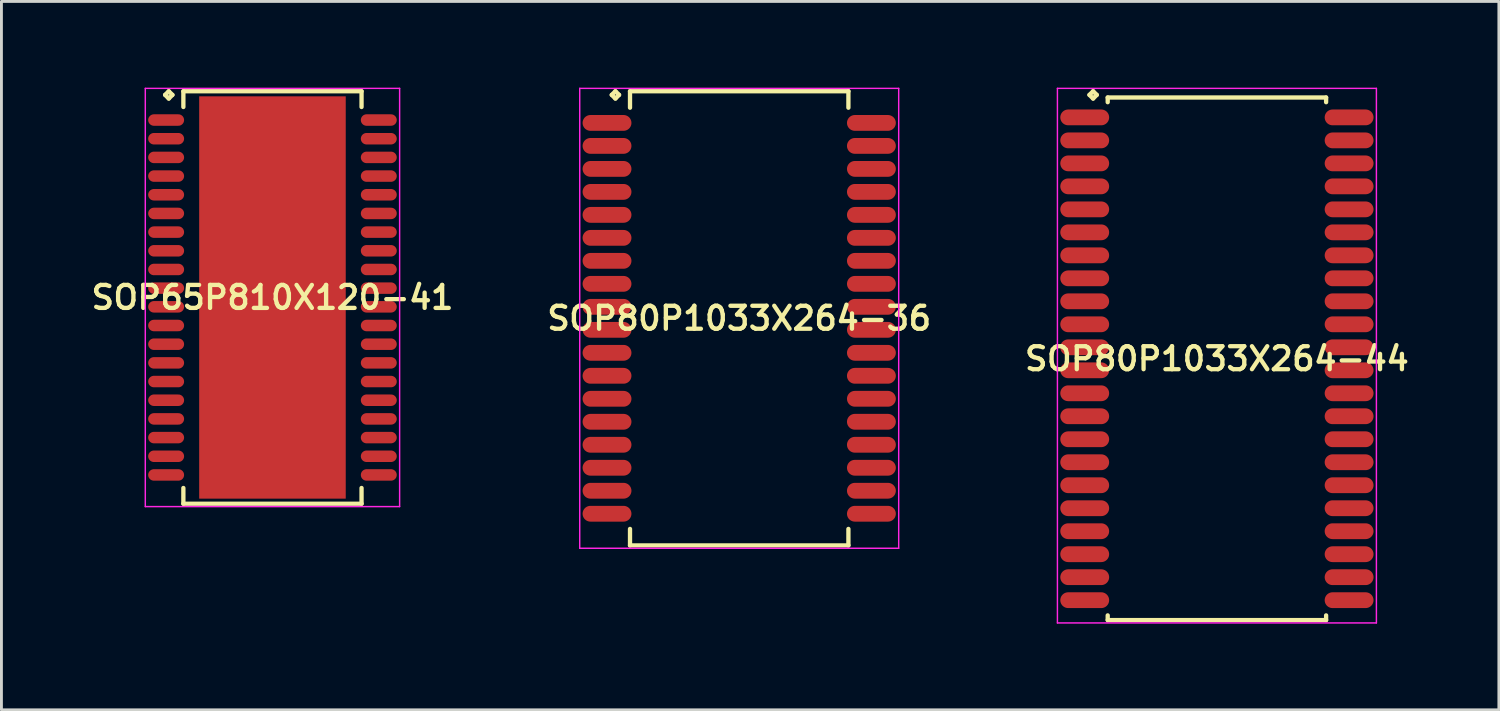
<source format=kicad_pcb>
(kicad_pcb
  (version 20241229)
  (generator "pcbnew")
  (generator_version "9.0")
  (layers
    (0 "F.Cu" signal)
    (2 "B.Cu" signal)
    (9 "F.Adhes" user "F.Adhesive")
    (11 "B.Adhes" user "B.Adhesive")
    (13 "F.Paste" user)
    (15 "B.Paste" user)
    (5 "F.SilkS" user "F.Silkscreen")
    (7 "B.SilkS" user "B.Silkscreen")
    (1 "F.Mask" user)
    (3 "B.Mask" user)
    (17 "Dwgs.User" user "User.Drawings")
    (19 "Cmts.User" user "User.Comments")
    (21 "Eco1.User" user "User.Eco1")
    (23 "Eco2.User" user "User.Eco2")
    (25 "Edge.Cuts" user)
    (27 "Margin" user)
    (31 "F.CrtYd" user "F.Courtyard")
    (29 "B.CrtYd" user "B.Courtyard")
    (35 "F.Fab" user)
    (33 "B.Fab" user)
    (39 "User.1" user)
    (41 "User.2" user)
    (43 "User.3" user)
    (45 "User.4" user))
  (footprint "SOP65P810X120-41"
    (layer "F.Cu")
    (at 6.431 7.302)
    (property "Reference" "SOP65P810X120-41" (at 0 0 0) (layer "F.SilkS") (effects (font (size 0.8 0.8) (thickness 0.15))))
    (attr smd)
    (fp_line (start -3.735 -7.05) (end -3.608 -7.177) (stroke (width 0.15) (type solid)) (layer "F.SilkS"))
    (fp_line (start -3.608 -7.177) (end -3.481 -7.05) (stroke (width 0.15) (type solid)) (layer "F.SilkS"))
    (fp_line (start -3.608 -6.923) (end -3.735 -7.05) (stroke (width 0.15) (type solid)) (layer "F.SilkS"))
    (fp_line (start -3.481 -7.05) (end -3.608 -6.923) (stroke (width 0.15) (type solid)) (layer "F.SilkS"))
    (fp_line (start -3.1 -7.177) (end 3.1 -7.177) (stroke (width 0.15) (type solid)) (layer "F.SilkS"))
    (fp_line (start -3.1 -6.629) (end -3.1 -7.177) (stroke (width 0.15) (type solid)) (layer "F.SilkS"))
    (fp_line (start -3.1 6.629) (end -3.1 7.177) (stroke (width 0.15) (type solid)) (layer "F.SilkS"))
    (fp_line (start -3.1 7.177) (end 3.1 7.177) (stroke (width 0.15) (type solid)) (layer "F.SilkS"))
    (fp_line (start 3.1 -7.177) (end 3.1 -6.629) (stroke (width 0.15) (type solid)) (layer "F.SilkS"))
    (fp_line (start 3.1 7.177) (end 3.1 6.629) (stroke (width 0.15) (type solid)) (layer "F.SilkS"))
    (fp_line (start -4.425 -7.277) (end 4.425 -7.277) (stroke (width 0.05) (type solid)) (layer "F.CrtYd"))
    (fp_line (start -4.425 7.277) (end -4.425 -7.277) (stroke (width 0.05) (type solid)) (layer "F.CrtYd"))
    (fp_line (start 4.425 -7.277) (end 4.425 7.277) (stroke (width 0.05) (type solid)) (layer "F.CrtYd"))
    (fp_line (start 4.425 7.277) (end -4.425 7.277) (stroke (width 0.05) (type solid)) (layer "F.CrtYd"))
    (pad "1" smd oval (at -3.7 -6.175) (size 1.25 0.4) (layers "F.Cu" "F.Mask" "F.Paste"))
    (pad "2" smd oval (at -3.7 -5.525) (size 1.25 0.4) (layers "F.Cu" "F.Mask" "F.Paste"))
    (pad "3" smd oval (at -3.7 -4.875) (size 1.25 0.4) (layers "F.Cu" "F.Mask" "F.Paste"))
    (pad "4" smd oval (at -3.7 -4.225) (size 1.25 0.4) (layers "F.Cu" "F.Mask" "F.Paste"))
    (pad "5" smd oval (at -3.7 -3.575) (size 1.25 0.4) (layers "F.Cu" "F.Mask" "F.Paste"))
    (pad "6" smd oval (at -3.7 -2.925) (size 1.25 0.4) (layers "F.Cu" "F.Mask" "F.Paste"))
    (pad "7" smd oval (at -3.7 -2.275) (size 1.25 0.4) (layers "F.Cu" "F.Mask" "F.Paste"))
    (pad "8" smd oval (at -3.7 -1.625) (size 1.25 0.4) (layers "F.Cu" "F.Mask" "F.Paste"))
    (pad "9" smd oval (at -3.7 -0.975) (size 1.25 0.4) (layers "F.Cu" "F.Mask" "F.Paste"))
    (pad "10" smd oval (at -3.7 -0.325) (size 1.25 0.4) (layers "F.Cu" "F.Mask" "F.Paste"))
    (pad "11" smd oval (at -3.7 0.325) (size 1.25 0.4) (layers "F.Cu" "F.Mask" "F.Paste"))
    (pad "12" smd oval (at -3.7 0.975) (size 1.25 0.4) (layers "F.Cu" "F.Mask" "F.Paste"))
    (pad "13" smd oval (at -3.7 1.625) (size 1.25 0.4) (layers "F.Cu" "F.Mask" "F.Paste"))
    (pad "14" smd oval (at -3.7 2.275) (size 1.25 0.4) (layers "F.Cu" "F.Mask" "F.Paste"))
    (pad "15" smd oval (at -3.7 2.925) (size 1.25 0.4) (layers "F.Cu" "F.Mask" "F.Paste"))
    (pad "16" smd oval (at -3.7 3.575) (size 1.25 0.4) (layers "F.Cu" "F.Mask" "F.Paste"))
    (pad "17" smd oval (at -3.7 4.225) (size 1.25 0.4) (layers "F.Cu" "F.Mask" "F.Paste"))
    (pad "18" smd oval (at -3.7 4.875) (size 1.25 0.4) (layers "F.Cu" "F.Mask" "F.Paste"))
    (pad "19" smd oval (at -3.7 5.525) (size 1.25 0.4) (layers "F.Cu" "F.Mask" "F.Paste"))
    (pad "20" smd oval (at -3.7 6.175) (size 1.25 0.4) (layers "F.Cu" "F.Mask" "F.Paste"))
    (pad "21" smd oval (at 3.7 6.175) (size 1.25 0.4) (layers "F.Cu" "F.Mask" "F.Paste"))
    (pad "22" smd oval (at 3.7 5.525) (size 1.25 0.4) (layers "F.Cu" "F.Mask" "F.Paste"))
    (pad "23" smd oval (at 3.7 4.875) (size 1.25 0.4) (layers "F.Cu" "F.Mask" "F.Paste"))
    (pad "24" smd oval (at 3.7 4.225) (size 1.25 0.4) (layers "F.Cu" "F.Mask" "F.Paste"))
    (pad "25" smd oval (at 3.7 3.575) (size 1.25 0.4) (layers "F.Cu" "F.Mask" "F.Paste"))
    (pad "26" smd oval (at 3.7 2.925) (size 1.25 0.4) (layers "F.Cu" "F.Mask" "F.Paste"))
    (pad "27" smd oval (at 3.7 2.275) (size 1.25 0.4) (layers "F.Cu" "F.Mask" "F.Paste"))
    (pad "28" smd oval (at 3.7 1.625) (size 1.25 0.4) (layers "F.Cu" "F.Mask" "F.Paste"))
    (pad "29" smd oval (at 3.7 0.975) (size 1.25 0.4) (layers "F.Cu" "F.Mask" "F.Paste"))
    (pad "30" smd oval (at 3.7 0.325) (size 1.25 0.4) (layers "F.Cu" "F.Mask" "F.Paste"))
    (pad "31" smd oval (at 3.7 -0.325) (size 1.25 0.4) (layers "F.Cu" "F.Mask" "F.Paste"))
    (pad "32" smd oval (at 3.7 -0.975) (size 1.25 0.4) (layers "F.Cu" "F.Mask" "F.Paste"))
    (pad "33" smd oval (at 3.7 -1.625) (size 1.25 0.4) (layers "F.Cu" "F.Mask" "F.Paste"))
    (pad "34" smd oval (at 3.7 -2.275) (size 1.25 0.4) (layers "F.Cu" "F.Mask" "F.Paste"))
    (pad "35" smd oval (at 3.7 -2.925) (size 1.25 0.4) (layers "F.Cu" "F.Mask" "F.Paste"))
    (pad "36" smd oval (at 3.7 -3.575) (size 1.25 0.4) (layers "F.Cu" "F.Mask" "F.Paste"))
    (pad "37" smd oval (at 3.7 -4.225) (size 1.25 0.4) (layers "F.Cu" "F.Mask" "F.Paste"))
    (pad "38" smd oval (at 3.7 -4.875) (size 1.25 0.4) (layers "F.Cu" "F.Mask" "F.Paste"))
    (pad "39" smd oval (at 3.7 -5.525) (size 1.25 0.4) (layers "F.Cu" "F.Mask" "F.Paste"))
    (pad "40" smd oval (at 3.7 -6.175) (size 1.25 0.4) (layers "F.Cu" "F.Mask" "F.Paste"))
    (pad "41" smd rect (at 0 0) (size 5.1 14) (layers "F.Cu" "F.Mask" "F.Paste")))
  (footprint "SOP80P1033X264-36"
    (layer "F.Cu")
    (at 22.673 8.027)
    (property "Reference" "SOP80P1033X264-36" (at 0 0 0) (layer "F.SilkS") (effects (font (size 0.8 0.8) (thickness 0.15))))
    (attr smd)
    (fp_line (start -4.435 -7.775) (end -4.308 -7.902) (stroke (width 0.15) (type solid)) (layer "F.SilkS"))
    (fp_line (start -4.308 -7.902) (end -4.181 -7.775) (stroke (width 0.15) (type solid)) (layer "F.SilkS"))
    (fp_line (start -4.308 -7.648) (end -4.435 -7.775) (stroke (width 0.15) (type solid)) (layer "F.SilkS"))
    (fp_line (start -4.181 -7.775) (end -4.308 -7.648) (stroke (width 0.15) (type solid)) (layer "F.SilkS"))
    (fp_line (start -3.8 -7.902) (end 3.8 -7.902) (stroke (width 0.15) (type solid)) (layer "F.SilkS"))
    (fp_line (start -3.8 -7.329) (end -3.8 -7.902) (stroke (width 0.15) (type solid)) (layer "F.SilkS"))
    (fp_line (start -3.8 7.329) (end -3.8 7.902) (stroke (width 0.15) (type solid)) (layer "F.SilkS"))
    (fp_line (start -3.8 7.902) (end 3.8 7.902) (stroke (width 0.15) (type solid)) (layer "F.SilkS"))
    (fp_line (start 3.8 -7.902) (end 3.8 -7.329) (stroke (width 0.15) (type solid)) (layer "F.SilkS"))
    (fp_line (start 3.8 7.902) (end 3.8 7.329) (stroke (width 0.15) (type solid)) (layer "F.SilkS"))
    (fp_line (start -5.55 -8.002) (end 5.55 -8.002) (stroke (width 0.05) (type solid)) (layer "F.CrtYd"))
    (fp_line (start -5.55 8.002) (end -5.55 -8.002) (stroke (width 0.05) (type solid)) (layer "F.CrtYd"))
    (fp_line (start 5.55 -8.002) (end 5.55 8.002) (stroke (width 0.05) (type solid)) (layer "F.CrtYd"))
    (fp_line (start 5.55 8.002) (end -5.55 8.002) (stroke (width 0.05) (type solid)) (layer "F.CrtYd"))
    (pad "1" smd oval (at -4.6 -6.8) (size 1.7 0.55) (layers "F.Cu" "F.Mask" "F.Paste"))
    (pad "2" smd oval (at -4.6 -6) (size 1.7 0.55) (layers "F.Cu" "F.Mask" "F.Paste"))
    (pad "3" smd oval (at -4.6 -5.2) (size 1.7 0.55) (layers "F.Cu" "F.Mask" "F.Paste"))
    (pad "4" smd oval (at -4.6 -4.4) (size 1.7 0.55) (layers "F.Cu" "F.Mask" "F.Paste"))
    (pad "5" smd oval (at -4.6 -3.6) (size 1.7 0.55) (layers "F.Cu" "F.Mask" "F.Paste"))
    (pad "6" smd oval (at -4.6 -2.8) (size 1.7 0.55) (layers "F.Cu" "F.Mask" "F.Paste"))
    (pad "7" smd oval (at -4.6 -2) (size 1.7 0.55) (layers "F.Cu" "F.Mask" "F.Paste"))
    (pad "8" smd oval (at -4.6 -1.2) (size 1.7 0.55) (layers "F.Cu" "F.Mask" "F.Paste"))
    (pad "9" smd oval (at -4.6 -0.4) (size 1.7 0.55) (layers "F.Cu" "F.Mask" "F.Paste"))
    (pad "10" smd oval (at -4.6 0.4) (size 1.7 0.55) (layers "F.Cu" "F.Mask" "F.Paste"))
    (pad "11" smd oval (at -4.6 1.2) (size 1.7 0.55) (layers "F.Cu" "F.Mask" "F.Paste"))
    (pad "12" smd oval (at -4.6 2) (size 1.7 0.55) (layers "F.Cu" "F.Mask" "F.Paste"))
    (pad "13" smd oval (at -4.6 2.8) (size 1.7 0.55) (layers "F.Cu" "F.Mask" "F.Paste"))
    (pad "14" smd oval (at -4.6 3.6) (size 1.7 0.55) (layers "F.Cu" "F.Mask" "F.Paste"))
    (pad "15" smd oval (at -4.6 4.4) (size 1.7 0.55) (layers "F.Cu" "F.Mask" "F.Paste"))
    (pad "16" smd oval (at -4.6 5.2) (size 1.7 0.55) (layers "F.Cu" "F.Mask" "F.Paste"))
    (pad "17" smd oval (at -4.6 6) (size 1.7 0.55) (layers "F.Cu" "F.Mask" "F.Paste"))
    (pad "18" smd oval (at -4.6 6.8) (size 1.7 0.55) (layers "F.Cu" "F.Mask" "F.Paste"))
    (pad "19" smd oval (at 4.6 6.8) (size 1.7 0.55) (layers "F.Cu" "F.Mask" "F.Paste"))
    (pad "20" smd oval (at 4.6 6) (size 1.7 0.55) (layers "F.Cu" "F.Mask" "F.Paste"))
    (pad "21" smd oval (at 4.6 5.2) (size 1.7 0.55) (layers "F.Cu" "F.Mask" "F.Paste"))
    (pad "22" smd oval (at 4.6 4.4) (size 1.7 0.55) (layers "F.Cu" "F.Mask" "F.Paste"))
    (pad "23" smd oval (at 4.6 3.6) (size 1.7 0.55) (layers "F.Cu" "F.Mask" "F.Paste"))
    (pad "24" smd oval (at 4.6 2.8) (size 1.7 0.55) (layers "F.Cu" "F.Mask" "F.Paste"))
    (pad "25" smd oval (at 4.6 2) (size 1.7 0.55) (layers "F.Cu" "F.Mask" "F.Paste"))
    (pad "26" smd oval (at 4.6 1.2) (size 1.7 0.55) (layers "F.Cu" "F.Mask" "F.Paste"))
    (pad "27" smd oval (at 4.6 0.4) (size 1.7 0.55) (layers "F.Cu" "F.Mask" "F.Paste"))
    (pad "28" smd oval (at 4.6 -0.4) (size 1.7 0.55) (layers "F.Cu" "F.Mask" "F.Paste"))
    (pad "29" smd oval (at 4.6 -1.2) (size 1.7 0.55) (layers "F.Cu" "F.Mask" "F.Paste"))
    (pad "30" smd oval (at 4.6 -2) (size 1.7 0.55) (layers "F.Cu" "F.Mask" "F.Paste"))
    (pad "31" smd oval (at 4.6 -2.8) (size 1.7 0.55) (layers "F.Cu" "F.Mask" "F.Paste"))
    (pad "32" smd oval (at 4.6 -3.6) (size 1.7 0.55) (layers "F.Cu" "F.Mask" "F.Paste"))
    (pad "33" smd oval (at 4.6 -4.4) (size 1.7 0.55) (layers "F.Cu" "F.Mask" "F.Paste"))
    (pad "34" smd oval (at 4.6 -5.2) (size 1.7 0.55) (layers "F.Cu" "F.Mask" "F.Paste"))
    (pad "35" smd oval (at 4.6 -6) (size 1.7 0.55) (layers "F.Cu" "F.Mask" "F.Paste"))
    (pad "36" smd oval (at 4.6 -6.8) (size 1.7 0.55) (layers "F.Cu" "F.Mask" "F.Paste")))
  (footprint "SOP80P1033X264-44"
    (layer "F.Cu")
    (at 39.296 9.435)
    (property "Reference" "SOP80P1033X264-44" (at 0 0 0) (layer "F.SilkS") (effects (font (size 0.8 0.8) (thickness 0.15))))
    (attr smd)
    (fp_line (start -4.435 -9.183) (end -4.308 -9.31) (stroke (width 0.15) (type solid)) (layer "F.SilkS"))
    (fp_line (start -4.308 -9.31) (end -4.181 -9.183) (stroke (width 0.15) (type solid)) (layer "F.SilkS"))
    (fp_line (start -4.308 -9.056) (end -4.435 -9.183) (stroke (width 0.15) (type solid)) (layer "F.SilkS"))
    (fp_line (start -4.181 -9.183) (end -4.308 -9.056) (stroke (width 0.15) (type solid)) (layer "F.SilkS"))
    (fp_line (start -3.8 -9.092) (end 3.8 -9.092) (stroke (width 0.15) (type solid)) (layer "F.SilkS"))
    (fp_line (start -3.8 -8.929) (end -3.8 -9.092) (stroke (width 0.15) (type solid)) (layer "F.SilkS"))
    (fp_line (start -3.8 8.929) (end -3.8 9.092) (stroke (width 0.15) (type solid)) (layer "F.SilkS"))
    (fp_line (start -3.8 9.092) (end 3.8 9.092) (stroke (width 0.15) (type solid)) (layer "F.SilkS"))
    (fp_line (start 3.8 -9.092) (end 3.8 -8.929) (stroke (width 0.15) (type solid)) (layer "F.SilkS"))
    (fp_line (start 3.8 9.092) (end 3.8 8.929) (stroke (width 0.15) (type solid)) (layer "F.SilkS"))
    (fp_line (start -5.55 -9.41) (end 5.55 -9.41) (stroke (width 0.05) (type solid)) (layer "F.CrtYd"))
    (fp_line (start -5.55 9.192) (end -5.55 -9.41) (stroke (width 0.05) (type solid)) (layer "F.CrtYd"))
    (fp_line (start 5.55 -9.41) (end 5.55 9.192) (stroke (width 0.05) (type solid)) (layer "F.CrtYd"))
    (fp_line (start 5.55 9.192) (end -5.55 9.192) (stroke (width 0.05) (type solid)) (layer "F.CrtYd"))
    (pad "1" smd oval (at -4.6 -8.4) (size 1.7 0.55) (layers "F.Cu" "F.Mask" "F.Paste"))
    (pad "2" smd oval (at -4.6 -7.6) (size 1.7 0.55) (layers "F.Cu" "F.Mask" "F.Paste"))
    (pad "3" smd oval (at -4.6 -6.8) (size 1.7 0.55) (layers "F.Cu" "F.Mask" "F.Paste"))
    (pad "4" smd oval (at -4.6 -6) (size 1.7 0.55) (layers "F.Cu" "F.Mask" "F.Paste"))
    (pad "5" smd oval (at -4.6 -5.2) (size 1.7 0.55) (layers "F.Cu" "F.Mask" "F.Paste"))
    (pad "6" smd oval (at -4.6 -4.4) (size 1.7 0.55) (layers "F.Cu" "F.Mask" "F.Paste"))
    (pad "7" smd oval (at -4.6 -3.6) (size 1.7 0.55) (layers "F.Cu" "F.Mask" "F.Paste"))
    (pad "8" smd oval (at -4.6 -2.8) (size 1.7 0.55) (layers "F.Cu" "F.Mask" "F.Paste"))
    (pad "9" smd oval (at -4.6 -2) (size 1.7 0.55) (layers "F.Cu" "F.Mask" "F.Paste"))
    (pad "10" smd oval (at -4.6 -1.2) (size 1.7 0.55) (layers "F.Cu" "F.Mask" "F.Paste"))
    (pad "11" smd oval (at -4.6 -0.4) (size 1.7 0.55) (layers "F.Cu" "F.Mask" "F.Paste"))
    (pad "12" smd oval (at -4.6 0.4) (size 1.7 0.55) (layers "F.Cu" "F.Mask" "F.Paste"))
    (pad "13" smd oval (at -4.6 1.2) (size 1.7 0.55) (layers "F.Cu" "F.Mask" "F.Paste"))
    (pad "14" smd oval (at -4.6 2) (size 1.7 0.55) (layers "F.Cu" "F.Mask" "F.Paste"))
    (pad "15" smd oval (at -4.6 2.8) (size 1.7 0.55) (layers "F.Cu" "F.Mask" "F.Paste"))
    (pad "16" smd oval (at -4.6 3.6) (size 1.7 0.55) (layers "F.Cu" "F.Mask" "F.Paste"))
    (pad "17" smd oval (at -4.6 4.4) (size 1.7 0.55) (layers "F.Cu" "F.Mask" "F.Paste"))
    (pad "18" smd oval (at -4.6 5.2) (size 1.7 0.55) (layers "F.Cu" "F.Mask" "F.Paste"))
    (pad "19" smd oval (at -4.6 6) (size 1.7 0.55) (layers "F.Cu" "F.Mask" "F.Paste"))
    (pad "20" smd oval (at -4.6 6.8) (size 1.7 0.55) (layers "F.Cu" "F.Mask" "F.Paste"))
    (pad "21" smd oval (at -4.6 7.6) (size 1.7 0.55) (layers "F.Cu" "F.Mask" "F.Paste"))
    (pad "22" smd oval (at -4.6 8.4) (size 1.7 0.55) (layers "F.Cu" "F.Mask" "F.Paste"))
    (pad "23" smd oval (at 4.6 8.4) (size 1.7 0.55) (layers "F.Cu" "F.Mask" "F.Paste"))
    (pad "24" smd oval (at 4.6 7.6) (size 1.7 0.55) (layers "F.Cu" "F.Mask" "F.Paste"))
    (pad "25" smd oval (at 4.6 6.8) (size 1.7 0.55) (layers "F.Cu" "F.Mask" "F.Paste"))
    (pad "26" smd oval (at 4.6 6) (size 1.7 0.55) (layers "F.Cu" "F.Mask" "F.Paste"))
    (pad "27" smd oval (at 4.6 5.2) (size 1.7 0.55) (layers "F.Cu" "F.Mask" "F.Paste"))
    (pad "28" smd oval (at 4.6 4.4) (size 1.7 0.55) (layers "F.Cu" "F.Mask" "F.Paste"))
    (pad "29" smd oval (at 4.6 3.6) (size 1.7 0.55) (layers "F.Cu" "F.Mask" "F.Paste"))
    (pad "30" smd oval (at 4.6 2.8) (size 1.7 0.55) (layers "F.Cu" "F.Mask" "F.Paste"))
    (pad "31" smd oval (at 4.6 2) (size 1.7 0.55) (layers "F.Cu" "F.Mask" "F.Paste"))
    (pad "32" smd oval (at 4.6 1.2) (size 1.7 0.55) (layers "F.Cu" "F.Mask" "F.Paste"))
    (pad "33" smd oval (at 4.6 0.4) (size 1.7 0.55) (layers "F.Cu" "F.Mask" "F.Paste"))
    (pad "34" smd oval (at 4.6 -0.4) (size 1.7 0.55) (layers "F.Cu" "F.Mask" "F.Paste"))
    (pad "35" smd oval (at 4.6 -1.2) (size 1.7 0.55) (layers "F.Cu" "F.Mask" "F.Paste"))
    (pad "36" smd oval (at 4.6 -2) (size 1.7 0.55) (layers "F.Cu" "F.Mask" "F.Paste"))
    (pad "37" smd oval (at 4.6 -2.8) (size 1.7 0.55) (layers "F.Cu" "F.Mask" "F.Paste"))
    (pad "38" smd oval (at 4.6 -3.6) (size 1.7 0.55) (layers "F.Cu" "F.Mask" "F.Paste"))
    (pad "39" smd oval (at 4.6 -4.4) (size 1.7 0.55) (layers "F.Cu" "F.Mask" "F.Paste"))
    (pad "40" smd oval (at 4.6 -5.2) (size 1.7 0.55) (layers "F.Cu" "F.Mask" "F.Paste"))
    (pad "41" smd oval (at 4.6 -6) (size 1.7 0.55) (layers "F.Cu" "F.Mask" "F.Paste"))
    (pad "42" smd oval (at 4.6 -6.8) (size 1.7 0.55) (layers "F.Cu" "F.Mask" "F.Paste"))
    (pad "43" smd oval (at 4.6 -7.6) (size 1.7 0.55) (layers "F.Cu" "F.Mask" "F.Paste"))
    (pad "44" smd oval (at 4.6 -8.4) (size 1.7 0.55) (layers "F.Cu" "F.Mask" "F.Paste")))
  (gr_rect
    (start -3 -3)
    (end 49.108 21.652)
    (stroke (width 0.1) (type default))
    (fill no)
    (layer "Edge.Cuts")))
</source>
